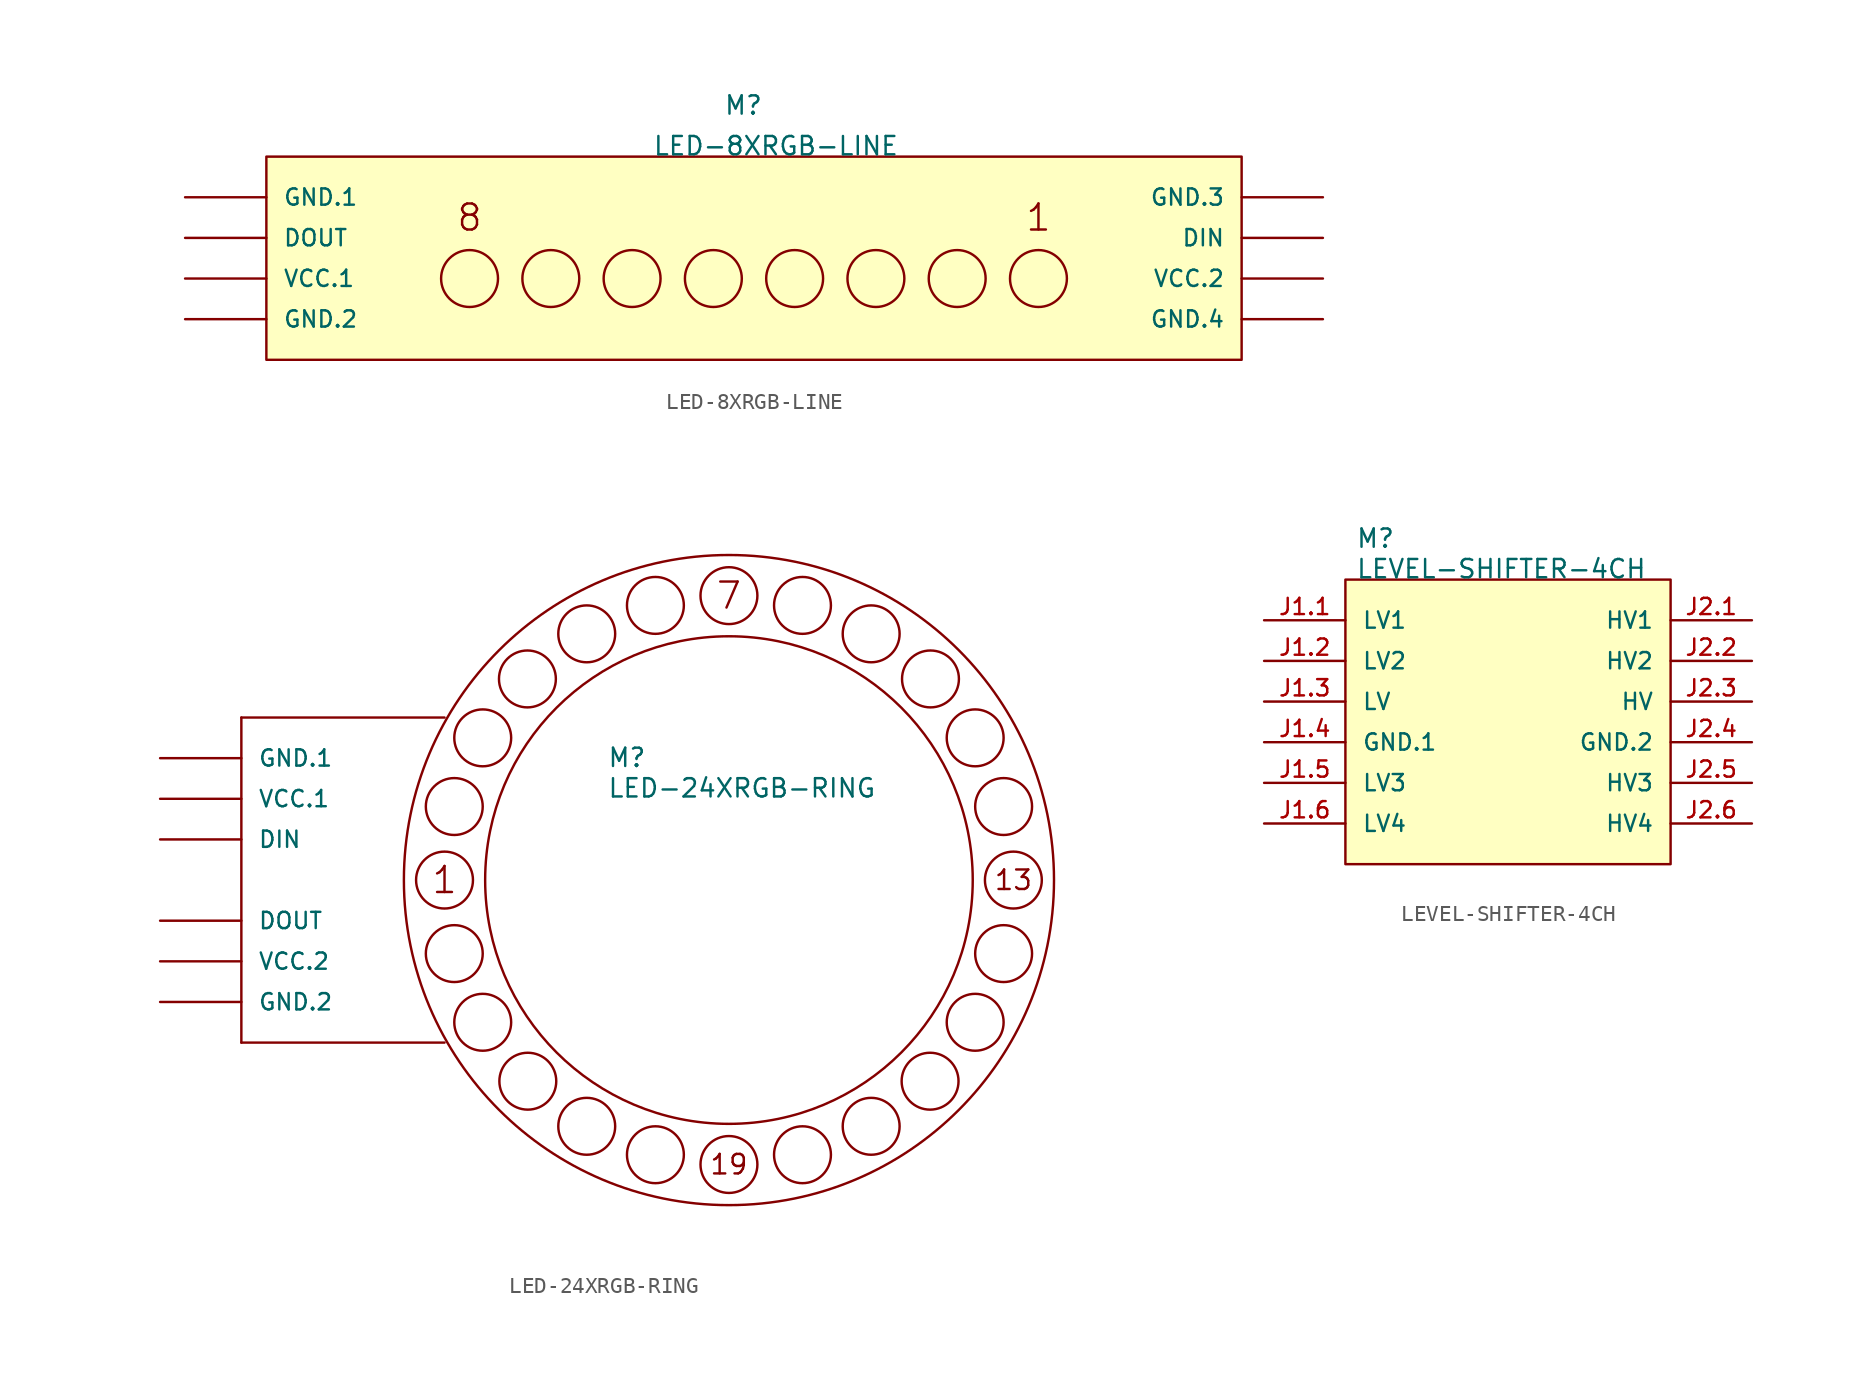
<source format=kicad_sym>
(kicad_symbol_lib
  (version 20211014)
  (generator kicad_symbol_editor)
  (symbol "LED-8XRGB-LINE"
    (pin_numbers hide)
    (pin_names
      (offset 1.016))
    (property "Reference" "M"
      (at -1.905 8.89 0)
      (effects (font (size 1.143 1.143)) (justify left bottom)))
    (property "Value" "LED-8XRGB-LINE"
      (at -6.35 6.35 0)
      (effects (font (size 1.143 1.143)) (justify left bottom)))
    (property "ki_locked" ""
      (at 0 0 0)
      (effects (font (size 1.27 1.27))))
    (symbol "LED-8XRGB-LINE_1_0"
      (rectangle (start -30.48 6.35) (end 30.48 -6.35) (stroke (width 0) (type default) (color 0 0 0 0)) (fill (type background)))
      (text "1" (at 17.78 2.54 0) (effects (font (size 1.626 1.626))))
      (text "8" (at -17.78 2.54 0) (effects (font (size 1.626 1.626)))))
    (symbol "LED-8XRGB-LINE_1_1"
      (circle (center -17.78 -1.27) (radius 1.778) (stroke (width 0) (type default) (color 0 0 0 0)) (fill (type none)))
      (circle (center -12.7 -1.27) (radius 1.778) (stroke (width 0) (type default) (color 0 0 0 0)) (fill (type none)))
      (circle (center -7.62 -1.27) (radius 1.778) (stroke (width 0) (type default) (color 0 0 0 0)) (fill (type none)))
      (circle (center -2.54 -1.27) (radius 1.778) (stroke (width 0) (type default) (color 0 0 0 0)) (fill (type none)))
      (circle (center 2.54 -1.27) (radius 1.778) (stroke (width 0) (type default) (color 0 0 0 0)) (fill (type none)))
      (circle (center 7.62 -1.27) (radius 1.778) (stroke (width 0) (type default) (color 0 0 0 0)) (fill (type none)))
      (circle (center 12.7 -1.27) (radius 1.778) (stroke (width 0) (type default) (color 0 0 0 0)) (fill (type none)))
      (circle (center 17.78 -1.27) (radius 1.778) (stroke (width 0) (type default) (color 0 0 0 0)) (fill (type none)))
      (pin power_in line (at -35.56 3.81 0) (length 5.08) (name "GND.1" (effects (font (size 1.016 1.016)))) (number "A.1" (effects (font (size 1.016 1.016)))))
      (pin output line (at -35.56 1.27 0) (length 5.08) (name "DOUT" (effects (font (size 1.016 1.016)))) (number "A.2" (effects (font (size 1.016 1.016)))))
      (pin power_in line (at -35.56 -1.27 0) (length 5.08) (name "VCC.1" (effects (font (size 1.016 1.016)))) (number "A.3" (effects (font (size 1.016 1.016)))))
      (pin power_in line (at -35.56 -3.81 0) (length 5.08) (name "GND.2" (effects (font (size 1.016 1.016)))) (number "A.4" (effects (font (size 1.016 1.016)))))
      (pin power_in line (at 35.56 3.81 180) (length 5.08) (name "GND.3" (effects (font (size 1.016 1.016)))) (number "B.1" (effects (font (size 1.016 1.016)))))
      (pin input line (at 35.56 1.27 180) (length 5.08) (name "DIN" (effects (font (size 1.016 1.016)))) (number "B.2" (effects (font (size 1.016 1.016)))))
      (pin power_in line (at 35.56 -1.27 180) (length 5.08) (name "VCC.2" (effects (font (size 1.016 1.016)))) (number "B.3" (effects (font (size 1.016 1.016)))))
      (pin power_in line (at 35.56 -3.81 180) (length 5.08) (name "GND.4" (effects (font (size 1.016 1.016)))) (number "B.4" (effects (font (size 1.016 1.016)))))))
  (symbol "LED-24XRGB-RING"
    (pin_numbers hide)
    (pin_names
      (offset 1.016))
    (property "Reference" "M"
      (at -7.62 6.985 0)
      (effects (font (size 1.143 1.143)) (justify left bottom)))
    (property "Value" "LED-24XRGB-RING"
      (at -7.62 5.08 0)
      (effects (font (size 1.143 1.143)) (justify left bottom)))
    (property "ki_locked" ""
      (at 0 0 0)
      (effects (font (size 1.27 1.27))))
    (symbol "LED-24XRGB-RING_1_0"
      (polyline (pts (xy -30.48 -10.16) (xy -17.78 -10.16)) (stroke (width 0) (type default) (color 0 0 0 0)) (fill (type none)))
      (polyline (pts (xy -30.48 10.16) (xy -30.48 -10.16)) (stroke (width 0) (type default) (color 0 0 0 0)) (fill (type none)))
      (polyline (pts (xy -17.78 10.16) (xy -30.48 10.16)) (stroke (width 0) (type default) (color 0 0 0 0)) (fill (type none)))
      (text "1" (at -17.78 0 0) (effects (font (size 1.626 1.626))))
      (text "13" (at 17.78 0 0) (effects (font (size 1.219 1.219))))
      (text "19" (at 0 -17.78 0) (effects (font (size 1.219 1.219))))
      (text "7" (at 0 17.78 0) (effects (font (size 1.626 1.626)))))
    (symbol "LED-24XRGB-RING_1_1"
      (circle (center -17.78 0) (radius 1.778) (stroke (width 0) (type default) (color 0 0 0 0)) (fill (type none)))
      (circle (center -17.17 -4.597) (radius 1.778) (stroke (width 0) (type default) (color 0 0 0 0)) (fill (type none)))
      (circle (center -17.17 4.597) (radius 1.778) (stroke (width 0) (type default) (color 0 0 0 0)) (fill (type none)))
      (circle (center -15.392 -8.89) (radius 1.778) (stroke (width 0) (type default) (color 0 0 0 0)) (fill (type none)))
      (circle (center -15.392 8.89) (radius 1.778) (stroke (width 0) (type default) (color 0 0 0 0)) (fill (type none)))
      (circle (center -12.598 12.573) (radius 1.778) (stroke (width 0) (type default) (color 0 0 0 0)) (fill (type none)))
      (circle (center -12.573 -12.573) (radius 1.778) (stroke (width 0) (type default) (color 0 0 0 0)) (fill (type none)))
      (circle (center -8.89 -15.392) (radius 1.778) (stroke (width 0) (type default) (color 0 0 0 0)) (fill (type none)))
      (circle (center -8.89 15.392) (radius 1.778) (stroke (width 0) (type default) (color 0 0 0 0)) (fill (type none)))
      (circle (center -4.597 -17.17) (radius 1.778) (stroke (width 0) (type default) (color 0 0 0 0)) (fill (type none)))
      (circle (center -4.597 17.17) (radius 1.778) (stroke (width 0) (type default) (color 0 0 0 0)) (fill (type none)))
      (circle (center 0 -17.78) (radius 1.778) (stroke (width 0) (type default) (color 0 0 0 0)) (fill (type none)))
      (circle (center 0 0) (radius 15.24) (stroke (width 0) (type default) (color 0 0 0 0)) (fill (type none)))
      (circle (center 0 0) (radius 20.32) (stroke (width 0) (type default) (color 0 0 0 0)) (fill (type none)))
      (circle (center 0 17.78) (radius 1.778) (stroke (width 0) (type default) (color 0 0 0 0)) (fill (type none)))
      (circle (center 4.597 -17.17) (radius 1.778) (stroke (width 0) (type default) (color 0 0 0 0)) (fill (type none)))
      (circle (center 4.597 17.17) (radius 1.778) (stroke (width 0) (type default) (color 0 0 0 0)) (fill (type none)))
      (circle (center 8.89 -15.392) (radius 1.778) (stroke (width 0) (type default) (color 0 0 0 0)) (fill (type none)))
      (circle (center 8.89 15.392) (radius 1.778) (stroke (width 0) (type default) (color 0 0 0 0)) (fill (type none)))
      (circle (center 12.573 -12.573) (radius 1.778) (stroke (width 0) (type default) (color 0 0 0 0)) (fill (type none)))
      (circle (center 12.598 12.573) (radius 1.778) (stroke (width 0) (type default) (color 0 0 0 0)) (fill (type none)))
      (circle (center 15.392 -8.89) (radius 1.778) (stroke (width 0) (type default) (color 0 0 0 0)) (fill (type none)))
      (circle (center 15.392 8.89) (radius 1.778) (stroke (width 0) (type default) (color 0 0 0 0)) (fill (type none)))
      (circle (center 17.17 -4.597) (radius 1.778) (stroke (width 0) (type default) (color 0 0 0 0)) (fill (type none)))
      (circle (center 17.17 4.597) (radius 1.778) (stroke (width 0) (type default) (color 0 0 0 0)) (fill (type none)))
      (circle (center 17.78 0) (radius 1.778) (stroke (width 0) (type default) (color 0 0 0 0)) (fill (type none)))
      (pin power_in line (at -35.56 7.62 0) (length 5.08) (name "GND.1" (effects (font (size 1.016 1.016)))) (number "1" (effects (font (size 1.016 1.016)))))
      (pin power_in line (at -35.56 5.08 0) (length 5.08) (name "VCC.1" (effects (font (size 1.016 1.016)))) (number "2" (effects (font (size 1.016 1.016)))))
      (pin input line (at -35.56 2.54 0) (length 5.08) (name "DIN" (effects (font (size 1.016 1.016)))) (number "3" (effects (font (size 1.016 1.016)))))
      (pin input line (at -35.56 -2.54 0) (length 5.08) (name "DOUT" (effects (font (size 1.016 1.016)))) (number "4" (effects (font (size 1.016 1.016)))))
      (pin power_in line (at -35.56 -5.08 0) (length 5.08) (name "VCC.2" (effects (font (size 1.016 1.016)))) (number "5" (effects (font (size 1.016 1.016)))))
      (pin power_in line (at -35.56 -7.62 0) (length 5.08) (name "GND.2" (effects (font (size 1.016 1.016)))) (number "6" (effects (font (size 1.016 1.016)))))))
  (symbol "LEVEL-SHIFTER-4CH"
    (pin_names
      (offset 1.016))
    (property "Reference" "M"
      (at -9.525 9.525 0)
      (effects (font (size 1.143 1.143)) (justify left bottom)))
    (property "Value" "LEVEL-SHIFTER-4CH"
      (at -9.525 7.62 0)
      (effects (font (size 1.143 1.143)) (justify left bottom)))
    (property "ki_locked" ""
      (at 0 0 0)
      (effects (font (size 1.27 1.27))))
    (symbol "LEVEL-SHIFTER-4CH_1_1"
      (rectangle (start -10.16 -10.16) (end 10.16 7.62) (stroke (width 0) (type default) (color 0 0 0 0)) (fill (type background)))
      (pin bidirectional line (at -15.24 5.08 0) (length 5.08) (name "LV1" (effects (font (size 1.016 1.016)))) (number "J1.1" (effects (font (size 1.016 1.016)))))
      (pin bidirectional line (at -15.24 2.54 0) (length 5.08) (name "LV2" (effects (font (size 1.016 1.016)))) (number "J1.2" (effects (font (size 1.016 1.016)))))
      (pin power_in line (at -15.24 0 0) (length 5.08) (name "LV" (effects (font (size 1.016 1.016)))) (number "J1.3" (effects (font (size 1.016 1.016)))))
      (pin power_in line (at -15.24 -2.54 0) (length 5.08) (name "GND.1" (effects (font (size 1.016 1.016)))) (number "J1.4" (effects (font (size 1.016 1.016)))))
      (pin bidirectional line (at -15.24 -5.08 0) (length 5.08) (name "LV3" (effects (font (size 1.016 1.016)))) (number "J1.5" (effects (font (size 1.016 1.016)))))
      (pin bidirectional line (at -15.24 -7.62 0) (length 5.08) (name "LV4" (effects (font (size 1.016 1.016)))) (number "J1.6" (effects (font (size 1.016 1.016)))))
      (pin bidirectional line (at 15.24 5.08 180) (length 5.08) (name "HV1" (effects (font (size 1.016 1.016)))) (number "J2.1" (effects (font (size 1.016 1.016)))))
      (pin bidirectional line (at 15.24 2.54 180) (length 5.08) (name "HV2" (effects (font (size 1.016 1.016)))) (number "J2.2" (effects (font (size 1.016 1.016)))))
      (pin power_in line (at 15.24 0 180) (length 5.08) (name "HV" (effects (font (size 1.016 1.016)))) (number "J2.3" (effects (font (size 1.016 1.016)))))
      (pin power_in line (at 15.24 -2.54 180) (length 5.08) (name "GND.2" (effects (font (size 1.016 1.016)))) (number "J2.4" (effects (font (size 1.016 1.016)))))
      (pin bidirectional line (at 15.24 -5.08 180) (length 5.08) (name "HV3" (effects (font (size 1.016 1.016)))) (number "J2.5" (effects (font (size 1.016 1.016)))))
      (pin bidirectional line (at 15.24 -7.62 180) (length 5.08) (name "HV4" (effects (font (size 1.016 1.016)))) (number "J2.6" (effects (font (size 1.016 1.016))))))))
</source>
